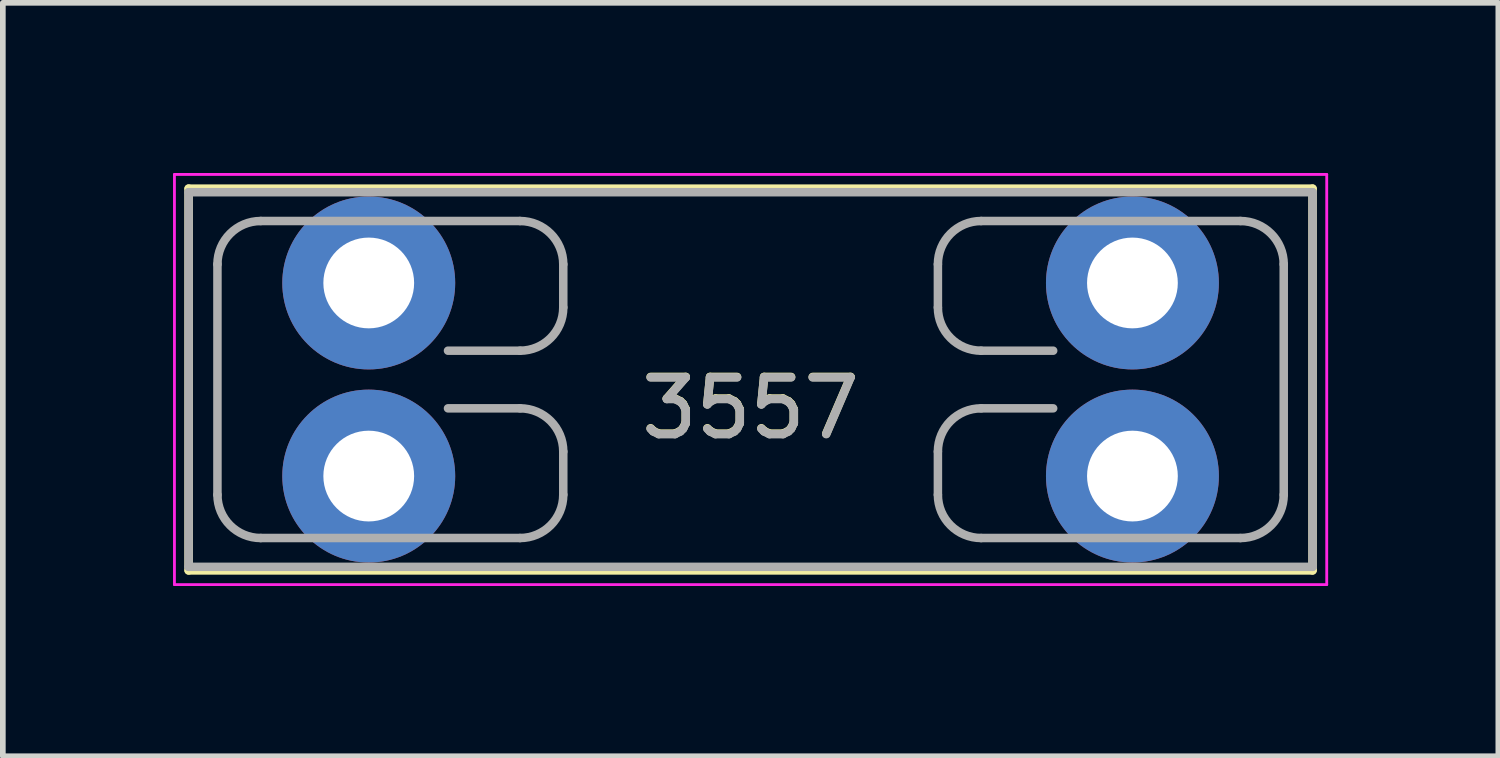
<source format=kicad_pcb>
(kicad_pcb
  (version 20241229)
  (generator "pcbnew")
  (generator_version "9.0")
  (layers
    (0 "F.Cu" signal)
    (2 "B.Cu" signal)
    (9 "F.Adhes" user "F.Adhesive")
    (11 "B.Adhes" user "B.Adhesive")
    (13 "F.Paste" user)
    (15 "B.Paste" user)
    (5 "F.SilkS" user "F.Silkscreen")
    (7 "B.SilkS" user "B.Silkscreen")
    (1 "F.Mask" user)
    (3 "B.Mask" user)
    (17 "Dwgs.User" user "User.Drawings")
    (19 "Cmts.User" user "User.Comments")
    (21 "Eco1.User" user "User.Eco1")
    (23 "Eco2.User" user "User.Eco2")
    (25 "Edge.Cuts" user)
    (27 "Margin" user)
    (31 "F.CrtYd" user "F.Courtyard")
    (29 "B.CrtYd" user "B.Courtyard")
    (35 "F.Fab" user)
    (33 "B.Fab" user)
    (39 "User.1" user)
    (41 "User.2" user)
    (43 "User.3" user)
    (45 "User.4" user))
  (footprint "3557"
    (layer "F.Cu")
    (at 10.181 3.64)
    (property "Reference" "3557" (at 0 0.5 0) (layer "F.SilkS") (effects (font (size 1 1) (thickness 0.15))))
    (attr through_hole)
    (fp_line (start -9.906 -3.365) (end -9.906 3.365) (stroke (width 0.15) (type solid)) (layer "F.SilkS"))
    (fp_line (start -9.906 -3.365) (end 9.906 -3.365) (stroke (width 0.15) (type solid)) (layer "F.SilkS"))
    (fp_line (start -9.906 3.365) (end 9.906 3.365) (stroke (width 0.15) (type solid)) (layer "F.SilkS"))
    (fp_line (start 9.906 -3.365) (end 9.906 3.365) (stroke (width 0.15) (type solid)) (layer "F.SilkS"))
    (fp_line (start -10.156 -3.615) (end 10.156 -3.615) (stroke (width 0.05) (type solid)) (layer "F.CrtYd"))
    (fp_line (start -10.156 3.615) (end -10.156 -3.615) (stroke (width 0.05) (type solid)) (layer "F.CrtYd"))
    (fp_line (start 10.156 -3.615) (end 10.156 3.615) (stroke (width 0.05) (type solid)) (layer "F.CrtYd"))
    (fp_line (start 10.156 3.615) (end -10.156 3.615) (stroke (width 0.05) (type solid)) (layer "F.CrtYd"))
    (fp_line (start -9.906 -3.302) (end 9.906 -3.302) (stroke (width 0.15) (type solid)) (layer "F.Fab"))
    (fp_line (start -9.906 3.302) (end -9.906 -3.302) (stroke (width 0.15) (type solid)) (layer "F.Fab"))
    (fp_line (start -9.398 -2.032) (end -9.398 2.032) (stroke (width 0.15) (type solid)) (layer "F.Fab"))
    (fp_line (start -8.636 -2.794) (end -4.064 -2.794) (stroke (width 0.15) (type solid)) (layer "F.Fab"))
    (fp_line (start -8.636 2.794) (end -4.064 2.794) (stroke (width 0.15) (type solid)) (layer "F.Fab"))
    (fp_line (start -4.064 -0.508) (end -5.334 -0.508) (stroke (width 0.15) (type solid)) (layer "F.Fab"))
    (fp_line (start -4.064 0.508) (end -5.334 0.508) (stroke (width 0.15) (type solid)) (layer "F.Fab"))
    (fp_line (start -3.302 -2.032) (end -3.302 -1.27) (stroke (width 0.15) (type solid)) (layer "F.Fab"))
    (fp_line (start -3.302 1.27) (end -3.302 2.032) (stroke (width 0.15) (type solid)) (layer "F.Fab"))
    (fp_line (start 3.302 -2.032) (end 3.302 -1.27) (stroke (width 0.15) (type solid)) (layer "F.Fab"))
    (fp_line (start 3.302 1.27) (end 3.302 2.032) (stroke (width 0.15) (type solid)) (layer "F.Fab"))
    (fp_line (start 4.064 -2.794) (end 8.636 -2.794) (stroke (width 0.15) (type solid)) (layer "F.Fab"))
    (fp_line (start 4.064 2.794) (end 8.636 2.794) (stroke (width 0.15) (type solid)) (layer "F.Fab"))
    (fp_line (start 5.334 -0.508) (end 4.064 -0.508) (stroke (width 0.15) (type solid)) (layer "F.Fab"))
    (fp_line (start 5.334 0.508) (end 4.064 0.508) (stroke (width 0.15) (type solid)) (layer "F.Fab"))
    (fp_line (start 9.398 -2.032) (end 9.398 2.032) (stroke (width 0.15) (type solid)) (layer "F.Fab"))
    (fp_line (start 9.906 -3.302) (end 9.906 3.302) (stroke (width 0.15) (type solid)) (layer "F.Fab"))
    (fp_line (start 9.906 3.302) (end -9.906 3.302) (stroke (width 0.15) (type solid)) (layer "F.Fab"))
    (fp_arc (start -9.398 -2.032) (mid -9.174815 -2.570815) (end -8.636 -2.794) (stroke (width 0.15) (type solid)) (layer "F.Fab"))
    (fp_arc (start -8.636 2.794) (mid -9.174815 2.570815) (end -9.398 2.032) (stroke (width 0.15) (type solid)) (layer "F.Fab"))
    (fp_arc (start -4.064 -2.794) (mid -3.525185 -2.570815) (end -3.302 -2.032) (stroke (width 0.15) (type solid)) (layer "F.Fab"))
    (fp_arc (start -4.064 0.508) (mid -3.525185 0.731185) (end -3.302 1.27) (stroke (width 0.15) (type solid)) (layer "F.Fab"))
    (fp_arc (start -3.302 -1.27) (mid -3.525185 -0.731185) (end -4.064 -0.508) (stroke (width 0.15) (type solid)) (layer "F.Fab"))
    (fp_arc (start -3.302 2.032) (mid -3.525185 2.570815) (end -4.064 2.794) (stroke (width 0.15) (type solid)) (layer "F.Fab"))
    (fp_arc (start 3.302 -2.032) (mid 3.525185 -2.570815) (end 4.064 -2.794) (stroke (width 0.15) (type solid)) (layer "F.Fab"))
    (fp_arc (start 3.302 1.27) (mid 3.525185 0.731185) (end 4.064 0.508) (stroke (width 0.15) (type solid)) (layer "F.Fab"))
    (fp_arc (start 4.064 -0.508) (mid 3.525185 -0.731185) (end 3.302 -1.27) (stroke (width 0.15) (type solid)) (layer "F.Fab"))
    (fp_arc (start 4.064 2.794) (mid 3.525185 2.570815) (end 3.302 2.032) (stroke (width 0.15) (type solid)) (layer "F.Fab"))
    (fp_arc (start 8.636 -2.794) (mid 9.174815 -2.570815) (end 9.398 -2.032) (stroke (width 0.15) (type solid)) (layer "F.Fab"))
    (fp_arc (start 9.398 2.032) (mid 9.174815 2.570815) (end 8.636 2.794) (stroke (width 0.15) (type solid)) (layer "F.Fab"))
    (fp_text user "${REFERENCE}" (at 0 0.508 0) (layer "F.Fab") (effects (font (size 1 1) (thickness 0.15))))
    (pad "1" thru_hole circle (at -6.731 -1.702) (size 3.048 3.048) (drill 1.6) (layers "*.Cu" "*.Mask"))
    (pad "1" thru_hole circle (at -6.731 1.702) (size 3.048 3.048) (drill 1.6) (layers "*.Cu" "*.Mask"))
    (pad "2" thru_hole circle (at 6.731 -1.702) (size 3.048 3.048) (drill 1.6) (layers "*.Cu" "*.Mask"))
    (pad "2" thru_hole circle (at 6.731 1.702) (size 3.048 3.048) (drill 1.6) (layers "*.Cu" "*.Mask")))
  (gr_rect
    (start -3 -3)
    (end 23.362 10.281)
    (stroke (width 0.1) (type default))
    (fill no)
    (layer "Edge.Cuts")))
</source>
